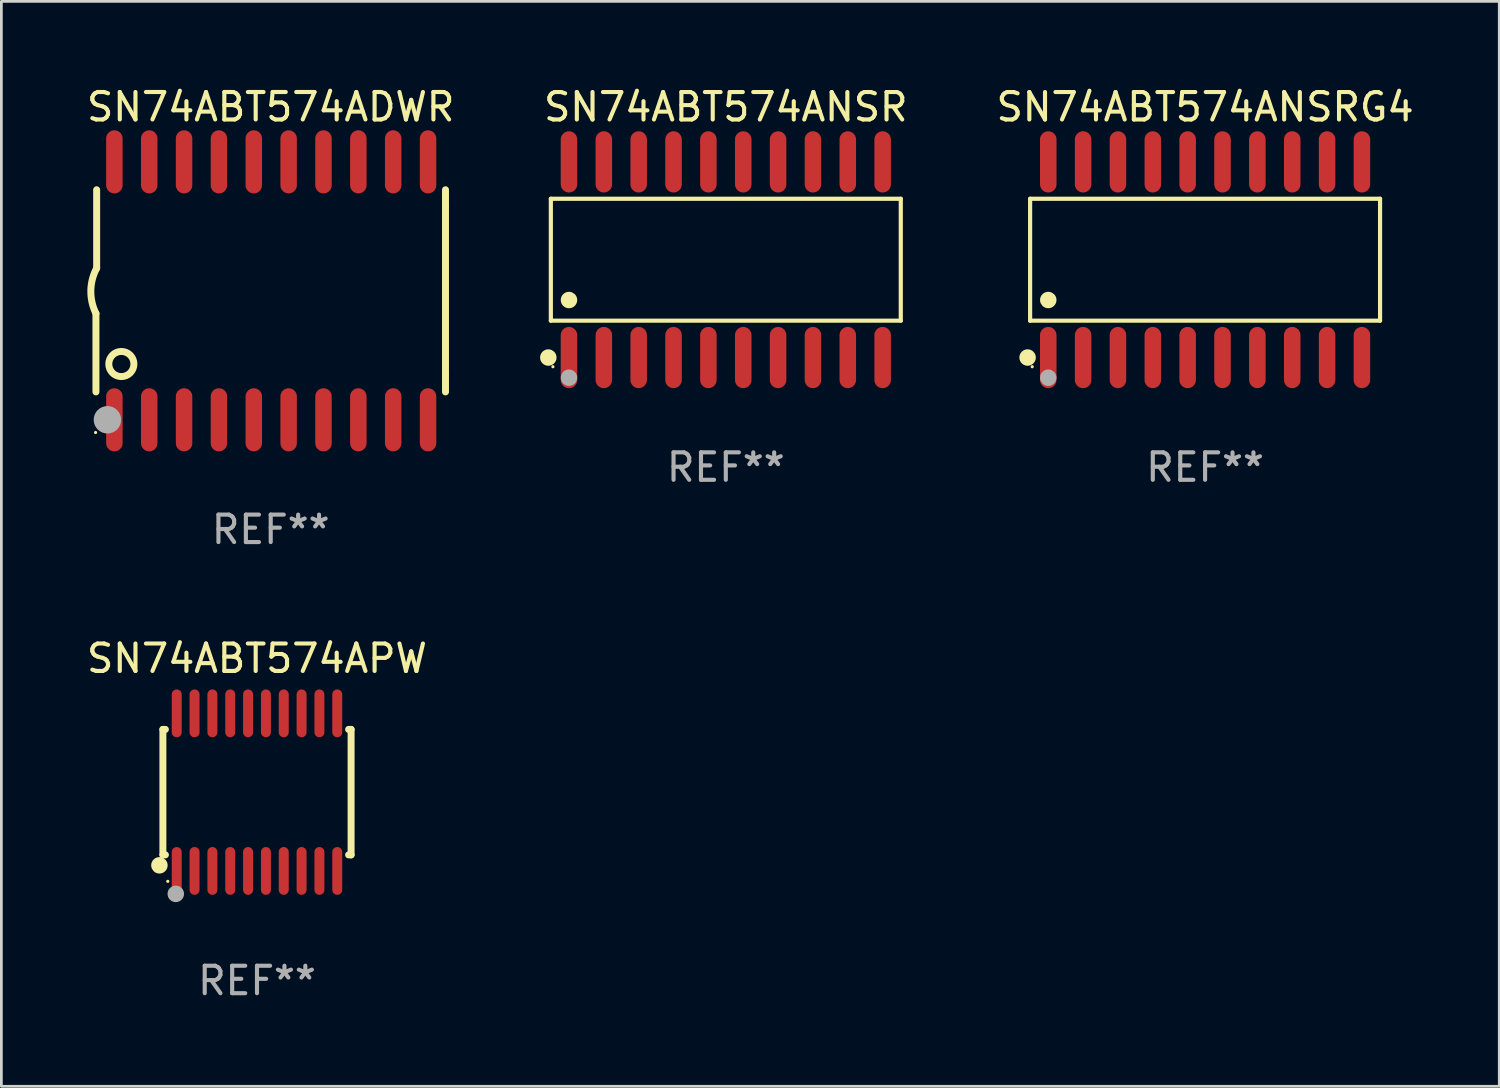
<source format=kicad_pcb>
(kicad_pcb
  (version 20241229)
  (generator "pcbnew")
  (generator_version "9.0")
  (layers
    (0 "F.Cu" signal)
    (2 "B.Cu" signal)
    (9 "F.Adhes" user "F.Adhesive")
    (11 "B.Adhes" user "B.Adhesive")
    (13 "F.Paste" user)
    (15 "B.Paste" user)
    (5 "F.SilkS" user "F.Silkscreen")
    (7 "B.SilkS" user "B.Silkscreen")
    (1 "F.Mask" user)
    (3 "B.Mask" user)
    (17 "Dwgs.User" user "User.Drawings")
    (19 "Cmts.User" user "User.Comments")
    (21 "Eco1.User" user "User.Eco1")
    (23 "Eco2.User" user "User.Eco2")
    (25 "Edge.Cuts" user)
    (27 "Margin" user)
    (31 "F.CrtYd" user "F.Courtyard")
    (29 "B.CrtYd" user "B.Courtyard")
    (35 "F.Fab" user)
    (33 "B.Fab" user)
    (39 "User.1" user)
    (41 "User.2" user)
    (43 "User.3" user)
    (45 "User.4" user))
  (footprint "SN74ABT574ANSR"
    (layer "F.Cu")
    (at 23.399 6.414)
    (property "Reference" "SN74ABT574ANSR" (at 0 -5.565 0) (layer "F.SilkS") (effects (font (size 1 1) (thickness 0.15))))
    (attr through_hole)
    (fp_line (start -6.376 -2.221) (end 6.376 -2.221) (stroke (width 0.152) (type solid)) (layer "F.SilkS"))
    (fp_line (start -6.376 2.221) (end -6.376 -2.221) (stroke (width 0.152) (type solid)) (layer "F.SilkS"))
    (fp_line (start 6.376 -2.221) (end 6.376 2.221) (stroke (width 0.152) (type solid)) (layer "F.SilkS"))
    (fp_line (start 6.376 2.221) (end -6.376 2.221) (stroke (width 0.152) (type solid)) (layer "F.SilkS"))
    (fp_circle (center -6.468 3.565) (end -6.318 3.565) (stroke (width 0.3) (type solid)) (fill no) (layer "F.SilkS"))
    (fp_circle (center -6.3 3.9) (end -6.27 3.9) (stroke (width 0.06) (type solid)) (fill no) (layer "F.SilkS"))
    (fp_circle (center -5.715 1.469) (end -5.565 1.469) (stroke (width 0.3) (type solid)) (fill no) (layer "F.SilkS"))
    (fp_circle (center -5.715 4.3) (end -5.565 4.3) (stroke (width 0.3) (type solid)) (fill no) (layer "F.Fab"))
    (fp_text user "REF**" (at 0 7.565 0) (layer "F.Fab") (effects (font (size 1 1) (thickness 0.15))))
    (pad "1" smd oval (at -5.715 3.565) (size 0.602 2.231) (layers "F.Cu" "F.Mask" "F.Paste"))
    (pad "2" smd oval (at -4.445 3.565) (size 0.602 2.231) (layers "F.Cu" "F.Mask" "F.Paste"))
    (pad "3" smd oval (at -3.175 3.565) (size 0.602 2.231) (layers "F.Cu" "F.Mask" "F.Paste"))
    (pad "4" smd oval (at -1.905 3.565) (size 0.602 2.231) (layers "F.Cu" "F.Mask" "F.Paste"))
    (pad "5" smd oval (at -0.635 3.565) (size 0.602 2.231) (layers "F.Cu" "F.Mask" "F.Paste"))
    (pad "6" smd oval (at 0.635 3.565) (size 0.602 2.231) (layers "F.Cu" "F.Mask" "F.Paste"))
    (pad "7" smd oval (at 1.905 3.565) (size 0.602 2.231) (layers "F.Cu" "F.Mask" "F.Paste"))
    (pad "8" smd oval (at 3.175 3.565) (size 0.602 2.231) (layers "F.Cu" "F.Mask" "F.Paste"))
    (pad "9" smd oval (at 4.445 3.565) (size 0.602 2.231) (layers "F.Cu" "F.Mask" "F.Paste"))
    (pad "10" smd oval (at 5.715 3.565) (size 0.602 2.231) (layers "F.Cu" "F.Mask" "F.Paste"))
    (pad "11" smd oval (at 5.715 -3.565) (size 0.602 2.231) (layers "F.Cu" "F.Mask" "F.Paste"))
    (pad "12" smd oval (at 4.445 -3.565) (size 0.602 2.231) (layers "F.Cu" "F.Mask" "F.Paste"))
    (pad "13" smd oval (at 3.175 -3.565) (size 0.602 2.231) (layers "F.Cu" "F.Mask" "F.Paste"))
    (pad "14" smd oval (at 1.905 -3.565) (size 0.602 2.231) (layers "F.Cu" "F.Mask" "F.Paste"))
    (pad "15" smd oval (at 0.635 -3.565) (size 0.602 2.231) (layers "F.Cu" "F.Mask" "F.Paste"))
    (pad "16" smd oval (at -0.635 -3.565) (size 0.602 2.231) (layers "F.Cu" "F.Mask" "F.Paste"))
    (pad "17" smd oval (at -1.905 -3.565) (size 0.602 2.231) (layers "F.Cu" "F.Mask" "F.Paste"))
    (pad "18" smd oval (at -3.175 -3.565) (size 0.602 2.231) (layers "F.Cu" "F.Mask" "F.Paste"))
    (pad "19" smd oval (at -4.445 -3.565) (size 0.602 2.231) (layers "F.Cu" "F.Mask" "F.Paste"))
    (pad "20" smd oval (at -5.715 -3.565) (size 0.602 2.231) (layers "F.Cu" "F.Mask" "F.Paste")))
  (footprint "SN74ABT574ANSRG4"
    (layer "F.Cu")
    (at 40.864 6.414)
    (property "Reference" "SN74ABT574ANSRG4" (at 0 -5.565 0) (layer "F.SilkS") (effects (font (size 1 1) (thickness 0.15))))
    (attr through_hole)
    (fp_line (start -6.376 -2.221) (end 6.376 -2.221) (stroke (width 0.152) (type solid)) (layer "F.SilkS"))
    (fp_line (start -6.376 2.221) (end -6.376 -2.221) (stroke (width 0.152) (type solid)) (layer "F.SilkS"))
    (fp_line (start 6.376 -2.221) (end 6.376 2.221) (stroke (width 0.152) (type solid)) (layer "F.SilkS"))
    (fp_line (start 6.376 2.221) (end -6.376 2.221) (stroke (width 0.152) (type solid)) (layer "F.SilkS"))
    (fp_circle (center -6.468 3.565) (end -6.318 3.565) (stroke (width 0.3) (type solid)) (fill no) (layer "F.SilkS"))
    (fp_circle (center -6.3 3.9) (end -6.27 3.9) (stroke (width 0.06) (type solid)) (fill no) (layer "F.SilkS"))
    (fp_circle (center -5.715 1.469) (end -5.565 1.469) (stroke (width 0.3) (type solid)) (fill no) (layer "F.SilkS"))
    (fp_circle (center -5.715 4.3) (end -5.565 4.3) (stroke (width 0.3) (type solid)) (fill no) (layer "F.Fab"))
    (fp_text user "REF**" (at 0 7.565 0) (layer "F.Fab") (effects (font (size 1 1) (thickness 0.15))))
    (pad "1" smd oval (at -5.715 3.565) (size 0.602 2.231) (layers "F.Cu" "F.Mask" "F.Paste"))
    (pad "2" smd oval (at -4.445 3.565) (size 0.602 2.231) (layers "F.Cu" "F.Mask" "F.Paste"))
    (pad "3" smd oval (at -3.175 3.565) (size 0.602 2.231) (layers "F.Cu" "F.Mask" "F.Paste"))
    (pad "4" smd oval (at -1.905 3.565) (size 0.602 2.231) (layers "F.Cu" "F.Mask" "F.Paste"))
    (pad "5" smd oval (at -0.635 3.565) (size 0.602 2.231) (layers "F.Cu" "F.Mask" "F.Paste"))
    (pad "6" smd oval (at 0.635 3.565) (size 0.602 2.231) (layers "F.Cu" "F.Mask" "F.Paste"))
    (pad "7" smd oval (at 1.905 3.565) (size 0.602 2.231) (layers "F.Cu" "F.Mask" "F.Paste"))
    (pad "8" smd oval (at 3.175 3.565) (size 0.602 2.231) (layers "F.Cu" "F.Mask" "F.Paste"))
    (pad "9" smd oval (at 4.445 3.565) (size 0.602 2.231) (layers "F.Cu" "F.Mask" "F.Paste"))
    (pad "10" smd oval (at 5.715 3.565) (size 0.602 2.231) (layers "F.Cu" "F.Mask" "F.Paste"))
    (pad "11" smd oval (at 5.715 -3.565) (size 0.602 2.231) (layers "F.Cu" "F.Mask" "F.Paste"))
    (pad "12" smd oval (at 4.445 -3.565) (size 0.602 2.231) (layers "F.Cu" "F.Mask" "F.Paste"))
    (pad "13" smd oval (at 3.175 -3.565) (size 0.602 2.231) (layers "F.Cu" "F.Mask" "F.Paste"))
    (pad "14" smd oval (at 1.905 -3.565) (size 0.602 2.231) (layers "F.Cu" "F.Mask" "F.Paste"))
    (pad "15" smd oval (at 0.635 -3.565) (size 0.602 2.231) (layers "F.Cu" "F.Mask" "F.Paste"))
    (pad "16" smd oval (at -0.635 -3.565) (size 0.602 2.231) (layers "F.Cu" "F.Mask" "F.Paste"))
    (pad "17" smd oval (at -1.905 -3.565) (size 0.602 2.231) (layers "F.Cu" "F.Mask" "F.Paste"))
    (pad "18" smd oval (at -3.175 -3.565) (size 0.602 2.231) (layers "F.Cu" "F.Mask" "F.Paste"))
    (pad "19" smd oval (at -4.445 -3.565) (size 0.602 2.231) (layers "F.Cu" "F.Mask" "F.Paste"))
    (pad "20" smd oval (at -5.715 -3.565) (size 0.602 2.231) (layers "F.Cu" "F.Mask" "F.Paste")))
  (footprint "SN74ABT574ADWR"
    (layer "F.Cu")
    (at 6.815 7.548)
    (property "Reference" "SN74ABT574ADWR" (at 0 -6.7 0) (layer "F.SilkS") (effects (font (size 1 1) (thickness 0.15))))
    (attr through_hole)
    (fp_line (start -6.369 0.826) (end -6.369 3.683) (stroke (width 0.254) (type solid)) (layer "F.SilkS"))
    (fp_line (start -6.343 -0.825) (end -6.343 -3.683) (stroke (width 0.254) (type solid)) (layer "F.SilkS"))
    (fp_line (start 6.369 -3.048) (end 6.369 -3.683) (stroke (width 0.254) (type solid)) (layer "F.SilkS"))
    (fp_line (start 6.369 -3.048) (end 6.369 3.096) (stroke (width 0.254) (type solid)) (layer "F.SilkS"))
    (fp_line (start 6.369 3.096) (end 6.369 3.683) (stroke (width 0.254) (type solid)) (layer "F.SilkS"))
    (fp_arc (start -6.36853 0.825552) (mid -6.554743 -0.00301) (end -6.343129 -0.825451) (stroke (width 0.254001) (type solid)) (layer "F.SilkS"))
    (fp_circle (center -6.382 5.163) (end -6.352 5.163) (stroke (width 0.06) (type solid)) (fill no) (layer "F.SilkS"))
    (fp_circle (center -5.443 2.667) (end -4.985 2.667) (stroke (width 0.254) (type solid)) (fill no) (layer "F.SilkS"))
    (fp_circle (center -5.951 4.699) (end -5.701 4.699) (stroke (width 0.5) (type solid)) (fill no) (layer "F.Fab"))
    (fp_text user "REF**" (at 0 8.7 0) (layer "F.Fab") (effects (font (size 1 1) (thickness 0.15))))
    (pad "1" smd oval (at -5.697 4.7 180) (size 0.6 2.3) (layers "F.Cu" "F.Mask" "F.Paste"))
    (pad "2" smd oval (at -4.427 4.7 180) (size 0.6 2.3) (layers "F.Cu" "F.Mask" "F.Paste"))
    (pad "3" smd oval (at -3.157 4.7 180) (size 0.6 2.3) (layers "F.Cu" "F.Mask" "F.Paste"))
    (pad "4" smd oval (at -1.887 4.7 180) (size 0.6 2.3) (layers "F.Cu" "F.Mask" "F.Paste"))
    (pad "5" smd oval (at -0.617 4.7 180) (size 0.6 2.3) (layers "F.Cu" "F.Mask" "F.Paste"))
    (pad "6" smd oval (at 0.653 4.7 180) (size 0.6 2.3) (layers "F.Cu" "F.Mask" "F.Paste"))
    (pad "7" smd oval (at 1.923 4.7 180) (size 0.6 2.3) (layers "F.Cu" "F.Mask" "F.Paste"))
    (pad "8" smd oval (at 3.193 4.7 180) (size 0.6 2.3) (layers "F.Cu" "F.Mask" "F.Paste"))
    (pad "9" smd oval (at 4.463 4.7 180) (size 0.6 2.3) (layers "F.Cu" "F.Mask" "F.Paste"))
    (pad "10" smd oval (at 5.734 4.7 180) (size 0.6 2.3) (layers "F.Cu" "F.Mask" "F.Paste"))
    (pad "11" smd oval (at 5.734 -4.7 180) (size 0.6 2.3) (layers "F.Cu" "F.Mask" "F.Paste"))
    (pad "12" smd oval (at 4.463 -4.7 180) (size 0.6 2.3) (layers "F.Cu" "F.Mask" "F.Paste"))
    (pad "13" smd oval (at 3.193 -4.7 180) (size 0.6 2.3) (layers "F.Cu" "F.Mask" "F.Paste"))
    (pad "14" smd oval (at 1.923 -4.7 180) (size 0.6 2.3) (layers "F.Cu" "F.Mask" "F.Paste"))
    (pad "15" smd oval (at 0.653 -4.7 180) (size 0.6 2.3) (layers "F.Cu" "F.Mask" "F.Paste"))
    (pad "16" smd oval (at -0.617 -4.7 180) (size 0.6 2.3) (layers "F.Cu" "F.Mask" "F.Paste"))
    (pad "17" smd oval (at -1.887 -4.7 180) (size 0.6 2.3) (layers "F.Cu" "F.Mask" "F.Paste"))
    (pad "18" smd oval (at -3.157 -4.7 180) (size 0.6 2.3) (layers "F.Cu" "F.Mask" "F.Paste"))
    (pad "19" smd oval (at -4.427 -4.7 180) (size 0.6 2.3) (layers "F.Cu" "F.Mask" "F.Paste"))
    (pad "20" smd oval (at -5.697 -4.7 180) (size 0.6 2.3) (layers "F.Cu" "F.Mask" "F.Paste")))
  (footprint "SN74ABT574APW"
    (layer "F.Cu")
    (at 6.315 25.816)
    (property "Reference" "SN74ABT574APW" (at 0 -4.871 0) (layer "F.SilkS") (effects (font (size 1 1) (thickness 0.15))))
    (attr through_hole)
    (fp_line (start -3.429 -2.286) (end -3.429 2.286) (stroke (width 0.254) (type solid)) (layer "F.SilkS"))
    (fp_line (start -3.429 2.286) (end -3.338 2.286) (stroke (width 0.254) (type solid)) (layer "F.SilkS"))
    (fp_line (start -3.338 -2.286) (end -3.429 -2.286) (stroke (width 0.254) (type solid)) (layer "F.SilkS"))
    (fp_line (start 3.338 -2.286) (end 3.429 -2.286) (stroke (width 0.254) (type solid)) (layer "F.SilkS"))
    (fp_line (start 3.429 -2.286) (end 3.429 2.286) (stroke (width 0.254) (type solid)) (layer "F.SilkS"))
    (fp_line (start 3.429 2.286) (end 3.338 2.286) (stroke (width 0.254) (type solid)) (layer "F.SilkS"))
    (fp_circle (center -3.556 2.667) (end -3.406 2.667) (stroke (width 0.3) (type solid)) (fill no) (layer "F.SilkS"))
    (fp_circle (center -3.25 3.25) (end -3.22 3.25) (stroke (width 0.06) (type solid)) (fill no) (layer "F.SilkS"))
    (fp_circle (center -2.959 3.707) (end -2.808 3.707) (stroke (width 0.3) (type solid)) (fill no) (layer "F.Fab"))
    (fp_text user "REF**" (at 0 6.871 0) (layer "F.Fab") (effects (font (size 1 1) (thickness 0.15))))
    (pad "1" smd oval (at -2.925 2.871) (size 0.364 1.742) (layers "F.Cu" "F.Mask" "F.Paste"))
    (pad "2" smd oval (at -2.275 2.871) (size 0.364 1.742) (layers "F.Cu" "F.Mask" "F.Paste"))
    (pad "3" smd oval (at -1.625 2.871) (size 0.364 1.742) (layers "F.Cu" "F.Mask" "F.Paste"))
    (pad "4" smd oval (at -0.975 2.871) (size 0.364 1.742) (layers "F.Cu" "F.Mask" "F.Paste"))
    (pad "5" smd oval (at -0.325 2.871) (size 0.364 1.742) (layers "F.Cu" "F.Mask" "F.Paste"))
    (pad "6" smd oval (at 0.325 2.871) (size 0.364 1.742) (layers "F.Cu" "F.Mask" "F.Paste"))
    (pad "7" smd oval (at 0.975 2.871) (size 0.364 1.742) (layers "F.Cu" "F.Mask" "F.Paste"))
    (pad "8" smd oval (at 1.625 2.871) (size 0.364 1.742) (layers "F.Cu" "F.Mask" "F.Paste"))
    (pad "9" smd oval (at 2.275 2.871) (size 0.364 1.742) (layers "F.Cu" "F.Mask" "F.Paste"))
    (pad "10" smd oval (at 2.925 2.871) (size 0.364 1.742) (layers "F.Cu" "F.Mask" "F.Paste"))
    (pad "11" smd oval (at 2.925 -2.871) (size 0.364 1.742) (layers "F.Cu" "F.Mask" "F.Paste"))
    (pad "12" smd oval (at 2.275 -2.871) (size 0.364 1.742) (layers "F.Cu" "F.Mask" "F.Paste"))
    (pad "13" smd oval (at 1.625 -2.871) (size 0.364 1.742) (layers "F.Cu" "F.Mask" "F.Paste"))
    (pad "14" smd oval (at 0.975 -2.871) (size 0.364 1.742) (layers "F.Cu" "F.Mask" "F.Paste"))
    (pad "15" smd oval (at 0.325 -2.871) (size 0.364 1.742) (layers "F.Cu" "F.Mask" "F.Paste"))
    (pad "16" smd oval (at -0.325 -2.871) (size 0.364 1.742) (layers "F.Cu" "F.Mask" "F.Paste"))
    (pad "17" smd oval (at -0.975 -2.871) (size 0.364 1.742) (layers "F.Cu" "F.Mask" "F.Paste"))
    (pad "18" smd oval (at -1.625 -2.871) (size 0.364 1.742) (layers "F.Cu" "F.Mask" "F.Paste"))
    (pad "19" smd oval (at -2.275 -2.871) (size 0.364 1.742) (layers "F.Cu" "F.Mask" "F.Paste"))
    (pad "20" smd oval (at -2.925 -2.871) (size 0.364 1.742) (layers "F.Cu" "F.Mask" "F.Paste")))
  (gr_rect
    (start -3 -3)
    (end 51.584 36.535)
    (stroke (width 0.1) (type default))
    (fill no)
    (layer "Edge.Cuts")))
</source>
